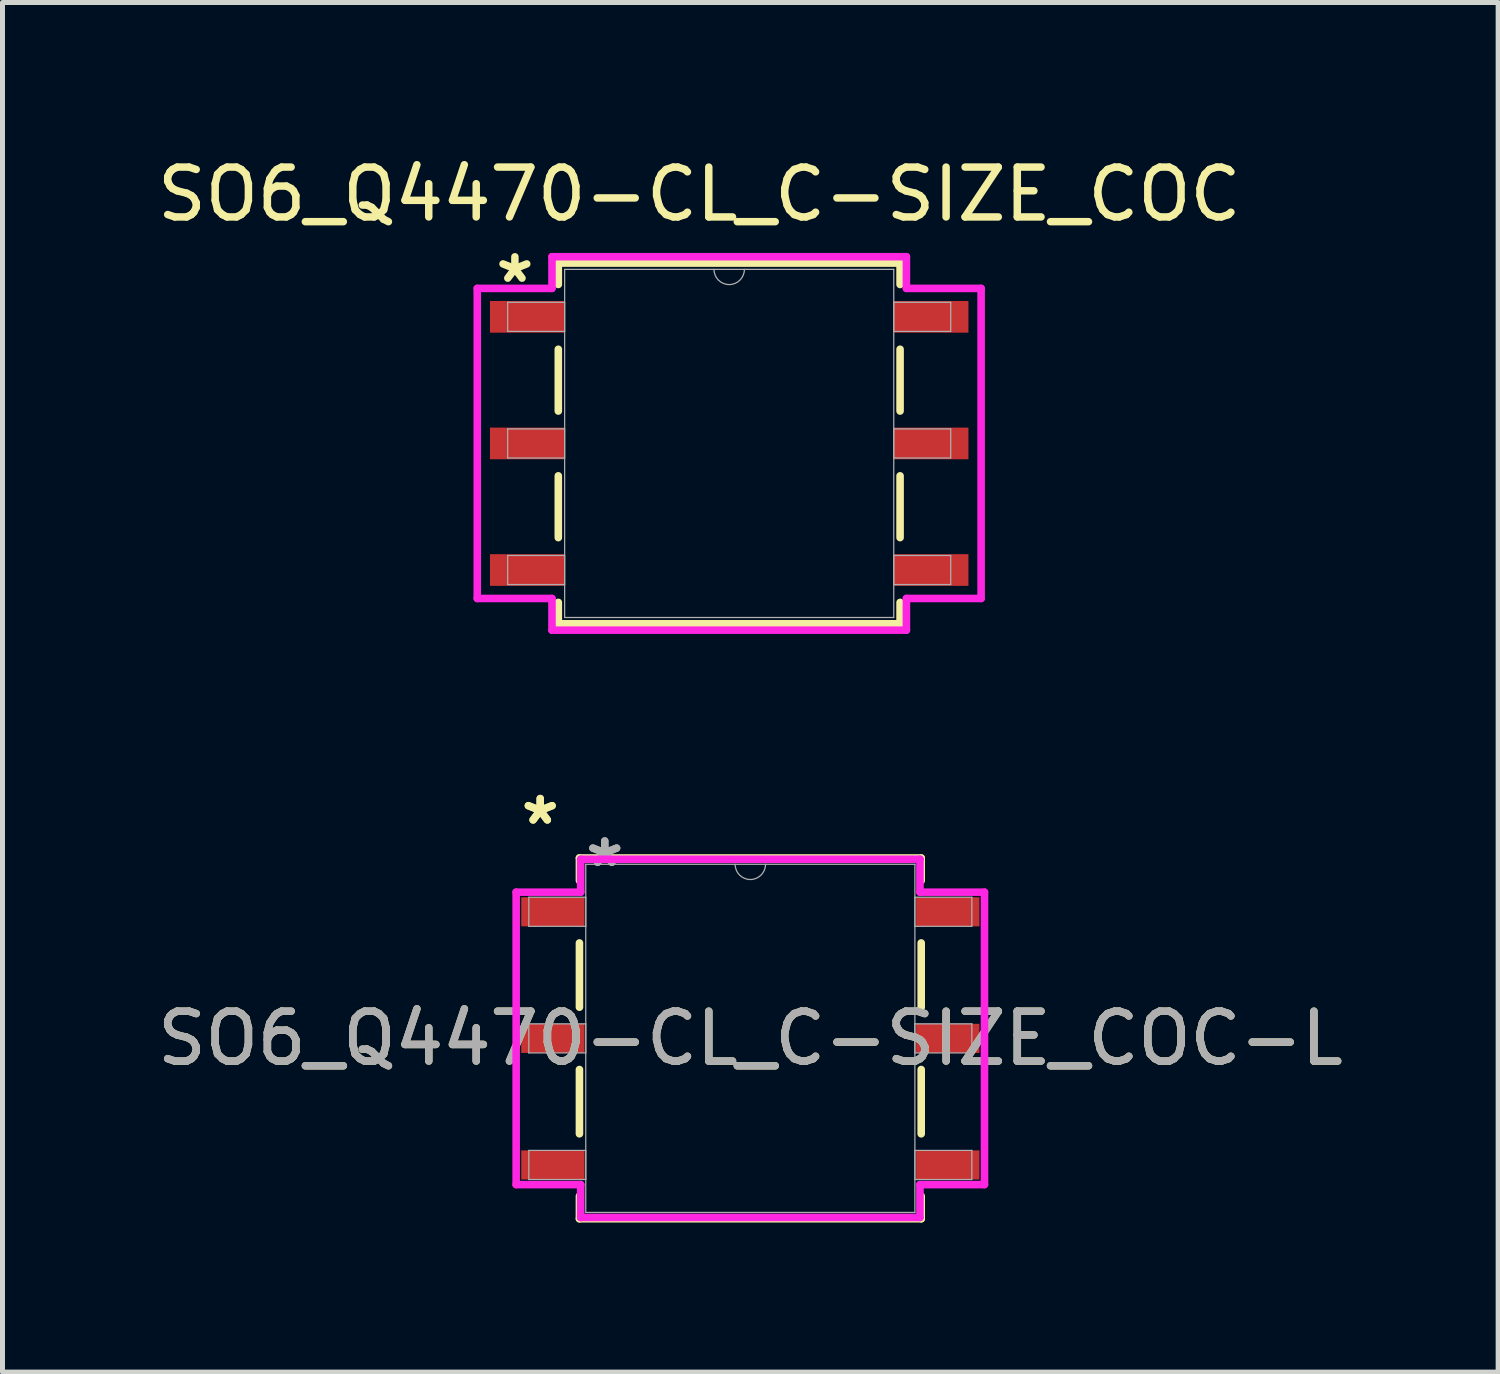
<source format=kicad_pcb>
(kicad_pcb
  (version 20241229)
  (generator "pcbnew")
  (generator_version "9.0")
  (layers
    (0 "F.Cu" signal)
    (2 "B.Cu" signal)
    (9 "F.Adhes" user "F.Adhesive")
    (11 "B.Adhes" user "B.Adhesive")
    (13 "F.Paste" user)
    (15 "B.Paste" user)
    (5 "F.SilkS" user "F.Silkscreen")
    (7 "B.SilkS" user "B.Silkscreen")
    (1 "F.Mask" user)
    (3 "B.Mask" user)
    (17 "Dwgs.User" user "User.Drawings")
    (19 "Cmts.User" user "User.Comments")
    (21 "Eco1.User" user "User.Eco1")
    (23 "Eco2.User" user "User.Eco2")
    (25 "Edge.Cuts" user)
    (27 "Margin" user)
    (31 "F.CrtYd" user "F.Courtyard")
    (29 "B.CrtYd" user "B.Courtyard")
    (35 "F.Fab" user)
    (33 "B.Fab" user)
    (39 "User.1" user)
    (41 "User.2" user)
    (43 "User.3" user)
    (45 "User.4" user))
  (footprint "SO6_Q4470-CL_C-SIZE_COC-L"
    (layer "F.Cu")
    (at 12.006 17.786)
    (property "Reference" "SO6_Q4470-CL_C-SIZE_COC-L" (at 0 0 0) (unlocked yes) (layer "F.SilkS") (effects (font (size 1 1) (thickness 0.15))))
    (attr smd)
    (fp_line (start -3.429 -3.619) (end -3.429 -3.165) (stroke (width 0.152) (type solid)) (layer "F.SilkS"))
    (fp_line (start -3.429 -1.915) (end -3.429 -0.625) (stroke (width 0.152) (type solid)) (layer "F.SilkS"))
    (fp_line (start -3.429 0.625) (end -3.429 1.915) (stroke (width 0.152) (type solid)) (layer "F.SilkS"))
    (fp_line (start -3.429 3.165) (end -3.429 3.619) (stroke (width 0.152) (type solid)) (layer "F.SilkS"))
    (fp_line (start -3.429 3.619) (end 3.429 3.619) (stroke (width 0.152) (type solid)) (layer "F.SilkS"))
    (fp_line (start 3.429 -3.619) (end -3.429 -3.619) (stroke (width 0.152) (type solid)) (layer "F.SilkS"))
    (fp_line (start 3.429 -3.165) (end 3.429 -3.619) (stroke (width 0.152) (type solid)) (layer "F.SilkS"))
    (fp_line (start 3.429 -0.625) (end 3.429 -1.915) (stroke (width 0.152) (type solid)) (layer "F.SilkS"))
    (fp_line (start 3.429 1.915) (end 3.429 0.625) (stroke (width 0.152) (type solid)) (layer "F.SilkS"))
    (fp_line (start 3.429 3.619) (end 3.429 3.165) (stroke (width 0.152) (type solid)) (layer "F.SilkS"))
    (fp_line (start -4.699 -2.934) (end -3.404 -2.934) (stroke (width 0.152) (type solid)) (layer "F.CrtYd"))
    (fp_line (start -4.699 2.934) (end -4.699 -2.934) (stroke (width 0.152) (type solid)) (layer "F.CrtYd"))
    (fp_line (start -4.699 2.934) (end -3.404 2.934) (stroke (width 0.152) (type solid)) (layer "F.CrtYd"))
    (fp_line (start -3.404 -3.594) (end 3.404 -3.594) (stroke (width 0.152) (type solid)) (layer "F.CrtYd"))
    (fp_line (start -3.404 -2.934) (end -3.404 -3.594) (stroke (width 0.152) (type solid)) (layer "F.CrtYd"))
    (fp_line (start -3.404 3.594) (end -3.404 2.934) (stroke (width 0.152) (type solid)) (layer "F.CrtYd"))
    (fp_line (start 3.404 -3.594) (end 3.404 -2.934) (stroke (width 0.152) (type solid)) (layer "F.CrtYd"))
    (fp_line (start 3.404 2.934) (end 3.404 3.594) (stroke (width 0.152) (type solid)) (layer "F.CrtYd"))
    (fp_line (start 3.404 3.594) (end -3.404 3.594) (stroke (width 0.152) (type solid)) (layer "F.CrtYd"))
    (fp_line (start 4.699 -2.934) (end 3.404 -2.934) (stroke (width 0.152) (type solid)) (layer "F.CrtYd"))
    (fp_line (start 4.699 -2.934) (end 4.699 2.934) (stroke (width 0.152) (type solid)) (layer "F.CrtYd"))
    (fp_line (start 4.699 2.934) (end 3.404 2.934) (stroke (width 0.152) (type solid)) (layer "F.CrtYd"))
    (fp_line (start -4.445 -2.832) (end -4.445 -2.248) (stroke (width 0.025) (type solid)) (layer "F.Fab"))
    (fp_line (start -4.445 -2.248) (end -3.302 -2.248) (stroke (width 0.025) (type solid)) (layer "F.Fab"))
    (fp_line (start -4.445 -0.292) (end -4.445 0.292) (stroke (width 0.025) (type solid)) (layer "F.Fab"))
    (fp_line (start -4.445 0.292) (end -3.302 0.292) (stroke (width 0.025) (type solid)) (layer "F.Fab"))
    (fp_line (start -4.445 2.248) (end -4.445 2.832) (stroke (width 0.025) (type solid)) (layer "F.Fab"))
    (fp_line (start -4.445 2.832) (end -3.302 2.832) (stroke (width 0.025) (type solid)) (layer "F.Fab"))
    (fp_line (start -3.302 -3.493) (end -3.302 3.493) (stroke (width 0.025) (type solid)) (layer "F.Fab"))
    (fp_line (start -3.302 -2.832) (end -4.445 -2.832) (stroke (width 0.025) (type solid)) (layer "F.Fab"))
    (fp_line (start -3.302 -2.248) (end -3.302 -2.832) (stroke (width 0.025) (type solid)) (layer "F.Fab"))
    (fp_line (start -3.302 -0.292) (end -4.445 -0.292) (stroke (width 0.025) (type solid)) (layer "F.Fab"))
    (fp_line (start -3.302 0.292) (end -3.302 -0.292) (stroke (width 0.025) (type solid)) (layer "F.Fab"))
    (fp_line (start -3.302 2.248) (end -4.445 2.248) (stroke (width 0.025) (type solid)) (layer "F.Fab"))
    (fp_line (start -3.302 2.832) (end -3.302 2.248) (stroke (width 0.025) (type solid)) (layer "F.Fab"))
    (fp_line (start -3.302 3.493) (end 3.302 3.493) (stroke (width 0.025) (type solid)) (layer "F.Fab"))
    (fp_line (start 3.302 -3.493) (end -3.302 -3.493) (stroke (width 0.025) (type solid)) (layer "F.Fab"))
    (fp_line (start 3.302 -2.832) (end 3.302 -2.248) (stroke (width 0.025) (type solid)) (layer "F.Fab"))
    (fp_line (start 3.302 -2.248) (end 4.445 -2.248) (stroke (width 0.025) (type solid)) (layer "F.Fab"))
    (fp_line (start 3.302 -0.292) (end 3.302 0.292) (stroke (width 0.025) (type solid)) (layer "F.Fab"))
    (fp_line (start 3.302 0.292) (end 4.445 0.292) (stroke (width 0.025) (type solid)) (layer "F.Fab"))
    (fp_line (start 3.302 2.248) (end 3.302 2.832) (stroke (width 0.025) (type solid)) (layer "F.Fab"))
    (fp_line (start 3.302 2.832) (end 4.445 2.832) (stroke (width 0.025) (type solid)) (layer "F.Fab"))
    (fp_line (start 3.302 3.493) (end 3.302 -3.493) (stroke (width 0.025) (type solid)) (layer "F.Fab"))
    (fp_line (start 4.445 -2.832) (end 3.302 -2.832) (stroke (width 0.025) (type solid)) (layer "F.Fab"))
    (fp_line (start 4.445 -2.248) (end 4.445 -2.832) (stroke (width 0.025) (type solid)) (layer "F.Fab"))
    (fp_line (start 4.445 -0.292) (end 3.302 -0.292) (stroke (width 0.025) (type solid)) (layer "F.Fab"))
    (fp_line (start 4.445 0.292) (end 4.445 -0.292) (stroke (width 0.025) (type solid)) (layer "F.Fab"))
    (fp_line (start 4.445 2.248) (end 3.302 2.248) (stroke (width 0.025) (type solid)) (layer "F.Fab"))
    (fp_line (start 4.445 2.832) (end 4.445 2.248) (stroke (width 0.025) (type solid)) (layer "F.Fab"))
    (fp_arc (start 0.3048 -3.4925) (mid 0 -3.1877) (end -0.3048 -3.4925) (stroke (width 0.0254) (type solid)) (layer "F.Fab"))
    (fp_text user "*" (at -4.216 -4.267 0) (unlocked yes) (layer "F.SilkS") (effects (font (size 1 1) (thickness 0.15))))
    (fp_text user "*" (at -4.216 -4.267 0) (layer "F.SilkS") (effects (font (size 1 1) (thickness 0.15))))
    (fp_text user "${REFERENCE}" (at 0 0 0) (unlocked yes) (layer "F.Fab") (effects (font (size 1 1) (thickness 0.15))))
    (fp_text user "*" (at -2.921 -3.416 0) (layer "F.Fab") (effects (font (size 1 1) (thickness 0.15))))
    (fp_text user "*" (at -2.921 -3.416 0) (unlocked yes) (layer "F.Fab") (effects (font (size 1 1) (thickness 0.15))))
    (pad "1" smd rect (at -3.962 -2.54) (size 1.27 0.584) (layers "F.Cu" "F.Mask" "F.Paste"))
    (pad "2" smd rect (at -3.962 0) (size 1.27 0.584) (layers "F.Cu" "F.Mask" "F.Paste"))
    (pad "3" smd rect (at -3.962 2.54) (size 1.27 0.584) (layers "F.Cu" "F.Mask" "F.Paste"))
    (pad "4" smd rect (at 3.962 2.54) (size 1.27 0.584) (layers "F.Cu" "F.Mask" "F.Paste"))
    (pad "5" smd rect (at 3.962 0) (size 1.27 0.584) (layers "F.Cu" "F.Mask" "F.Paste"))
    (pad "6" smd rect (at 3.962 -2.54) (size 1.27 0.584) (layers "F.Cu" "F.Mask" "F.Paste")))
  (footprint "SO6_Q4470-CL_C-SIZE_COC"
    (layer "F.Cu")
    (at 11.582 5.848)
    (property "Reference" "SO6_Q4470-CL_C-SIZE_COC" (at -0.6 -5 0) (unlocked yes) (layer "F.SilkS") (effects (font (size 1 1) (thickness 0.15))))
    (attr smd)
    (fp_line (start -3.429 -3.619) (end -3.429 -3.19) (stroke (width 0.152) (type solid)) (layer "F.SilkS"))
    (fp_line (start -3.429 -1.89) (end -3.429 -0.65) (stroke (width 0.152) (type solid)) (layer "F.SilkS"))
    (fp_line (start -3.429 0.65) (end -3.429 1.89) (stroke (width 0.152) (type solid)) (layer "F.SilkS"))
    (fp_line (start -3.429 3.19) (end -3.429 3.619) (stroke (width 0.152) (type solid)) (layer "F.SilkS"))
    (fp_line (start -3.429 3.619) (end 3.429 3.619) (stroke (width 0.152) (type solid)) (layer "F.SilkS"))
    (fp_line (start 3.429 -3.619) (end -3.429 -3.619) (stroke (width 0.152) (type solid)) (layer "F.SilkS"))
    (fp_line (start 3.429 -3.19) (end 3.429 -3.619) (stroke (width 0.152) (type solid)) (layer "F.SilkS"))
    (fp_line (start 3.429 -0.65) (end 3.429 -1.89) (stroke (width 0.152) (type solid)) (layer "F.SilkS"))
    (fp_line (start 3.429 1.89) (end 3.429 0.65) (stroke (width 0.152) (type solid)) (layer "F.SilkS"))
    (fp_line (start 3.429 3.619) (end 3.429 3.19) (stroke (width 0.152) (type solid)) (layer "F.SilkS"))
    (fp_line (start -5.055 -3.111) (end -3.556 -3.111) (stroke (width 0.152) (type solid)) (layer "F.CrtYd"))
    (fp_line (start -5.055 3.111) (end -5.055 -3.111) (stroke (width 0.152) (type solid)) (layer "F.CrtYd"))
    (fp_line (start -5.055 3.111) (end -3.556 3.111) (stroke (width 0.152) (type solid)) (layer "F.CrtYd"))
    (fp_line (start -3.556 -3.747) (end 3.556 -3.747) (stroke (width 0.152) (type solid)) (layer "F.CrtYd"))
    (fp_line (start -3.556 -3.111) (end -3.556 -3.747) (stroke (width 0.152) (type solid)) (layer "F.CrtYd"))
    (fp_line (start -3.556 3.747) (end -3.556 3.111) (stroke (width 0.152) (type solid)) (layer "F.CrtYd"))
    (fp_line (start 3.556 -3.747) (end 3.556 -3.111) (stroke (width 0.152) (type solid)) (layer "F.CrtYd"))
    (fp_line (start 3.556 3.111) (end 3.556 3.747) (stroke (width 0.152) (type solid)) (layer "F.CrtYd"))
    (fp_line (start 3.556 3.747) (end -3.556 3.747) (stroke (width 0.152) (type solid)) (layer "F.CrtYd"))
    (fp_line (start 5.055 -3.111) (end 3.556 -3.111) (stroke (width 0.152) (type solid)) (layer "F.CrtYd"))
    (fp_line (start 5.055 -3.111) (end 5.055 3.111) (stroke (width 0.152) (type solid)) (layer "F.CrtYd"))
    (fp_line (start 5.055 3.111) (end 3.556 3.111) (stroke (width 0.152) (type solid)) (layer "F.CrtYd"))
    (fp_line (start -4.445 -2.832) (end -4.445 -2.248) (stroke (width 0.025) (type solid)) (layer "F.Fab"))
    (fp_line (start -4.445 -2.248) (end -3.302 -2.248) (stroke (width 0.025) (type solid)) (layer "F.Fab"))
    (fp_line (start -4.445 -0.292) (end -4.445 0.292) (stroke (width 0.025) (type solid)) (layer "F.Fab"))
    (fp_line (start -4.445 0.292) (end -3.302 0.292) (stroke (width 0.025) (type solid)) (layer "F.Fab"))
    (fp_line (start -4.445 2.248) (end -4.445 2.832) (stroke (width 0.025) (type solid)) (layer "F.Fab"))
    (fp_line (start -4.445 2.832) (end -3.302 2.832) (stroke (width 0.025) (type solid)) (layer "F.Fab"))
    (fp_line (start -3.302 -3.493) (end -3.302 3.493) (stroke (width 0.025) (type solid)) (layer "F.Fab"))
    (fp_line (start -3.302 -2.832) (end -4.445 -2.832) (stroke (width 0.025) (type solid)) (layer "F.Fab"))
    (fp_line (start -3.302 -2.248) (end -3.302 -2.832) (stroke (width 0.025) (type solid)) (layer "F.Fab"))
    (fp_line (start -3.302 -0.292) (end -4.445 -0.292) (stroke (width 0.025) (type solid)) (layer "F.Fab"))
    (fp_line (start -3.302 0.292) (end -3.302 -0.292) (stroke (width 0.025) (type solid)) (layer "F.Fab"))
    (fp_line (start -3.302 2.248) (end -4.445 2.248) (stroke (width 0.025) (type solid)) (layer "F.Fab"))
    (fp_line (start -3.302 2.832) (end -3.302 2.248) (stroke (width 0.025) (type solid)) (layer "F.Fab"))
    (fp_line (start -3.302 3.493) (end 3.302 3.493) (stroke (width 0.025) (type solid)) (layer "F.Fab"))
    (fp_line (start 3.302 -3.493) (end -3.302 -3.493) (stroke (width 0.025) (type solid)) (layer "F.Fab"))
    (fp_line (start 3.302 -2.832) (end 3.302 -2.248) (stroke (width 0.025) (type solid)) (layer "F.Fab"))
    (fp_line (start 3.302 -2.248) (end 4.445 -2.248) (stroke (width 0.025) (type solid)) (layer "F.Fab"))
    (fp_line (start 3.302 -0.292) (end 3.302 0.292) (stroke (width 0.025) (type solid)) (layer "F.Fab"))
    (fp_line (start 3.302 0.292) (end 4.445 0.292) (stroke (width 0.025) (type solid)) (layer "F.Fab"))
    (fp_line (start 3.302 2.248) (end 3.302 2.832) (stroke (width 0.025) (type solid)) (layer "F.Fab"))
    (fp_line (start 3.302 2.832) (end 4.445 2.832) (stroke (width 0.025) (type solid)) (layer "F.Fab"))
    (fp_line (start 3.302 3.493) (end 3.302 -3.493) (stroke (width 0.025) (type solid)) (layer "F.Fab"))
    (fp_line (start 4.445 -2.832) (end 3.302 -2.832) (stroke (width 0.025) (type solid)) (layer "F.Fab"))
    (fp_line (start 4.445 -2.248) (end 4.445 -2.832) (stroke (width 0.025) (type solid)) (layer "F.Fab"))
    (fp_line (start 4.445 -0.292) (end 3.302 -0.292) (stroke (width 0.025) (type solid)) (layer "F.Fab"))
    (fp_line (start 4.445 0.292) (end 4.445 -0.292) (stroke (width 0.025) (type solid)) (layer "F.Fab"))
    (fp_line (start 4.445 2.248) (end 3.302 2.248) (stroke (width 0.025) (type solid)) (layer "F.Fab"))
    (fp_line (start 4.445 2.832) (end 4.445 2.248) (stroke (width 0.025) (type solid)) (layer "F.Fab"))
    (fp_arc (start 0.3048 -3.4925) (mid 0 -3.1877) (end -0.3048 -3.4925) (stroke (width 0.0254) (type solid)) (layer "F.Fab"))
    (fp_text user "*" (at -4.3 -3.2 0) (layer "F.SilkS") (effects (font (size 1 1) (thickness 0.15))))
    (pad "1" smd rect (at -4.051 -2.54) (size 1.499 0.635) (layers "F.Cu" "F.Mask" "F.Paste"))
    (pad "2" smd rect (at -4.051 0) (size 1.499 0.635) (layers "F.Cu" "F.Mask" "F.Paste"))
    (pad "3" smd rect (at -4.051 2.54) (size 1.499 0.635) (layers "F.Cu" "F.Mask" "F.Paste"))
    (pad "4" smd rect (at 4.051 2.54) (size 1.499 0.635) (layers "F.Cu" "F.Mask" "F.Paste"))
    (pad "5" smd rect (at 4.051 0) (size 1.499 0.635) (layers "F.Cu" "F.Mask" "F.Paste"))
    (pad "6" smd rect (at 4.051 -2.54) (size 1.499 0.635) (layers "F.Cu" "F.Mask" "F.Paste")))
  (gr_rect
    (start -3 -3)
    (end 27.012 24.482)
    (stroke (width 0.1) (type default))
    (fill no)
    (layer "Edge.Cuts")))
</source>
